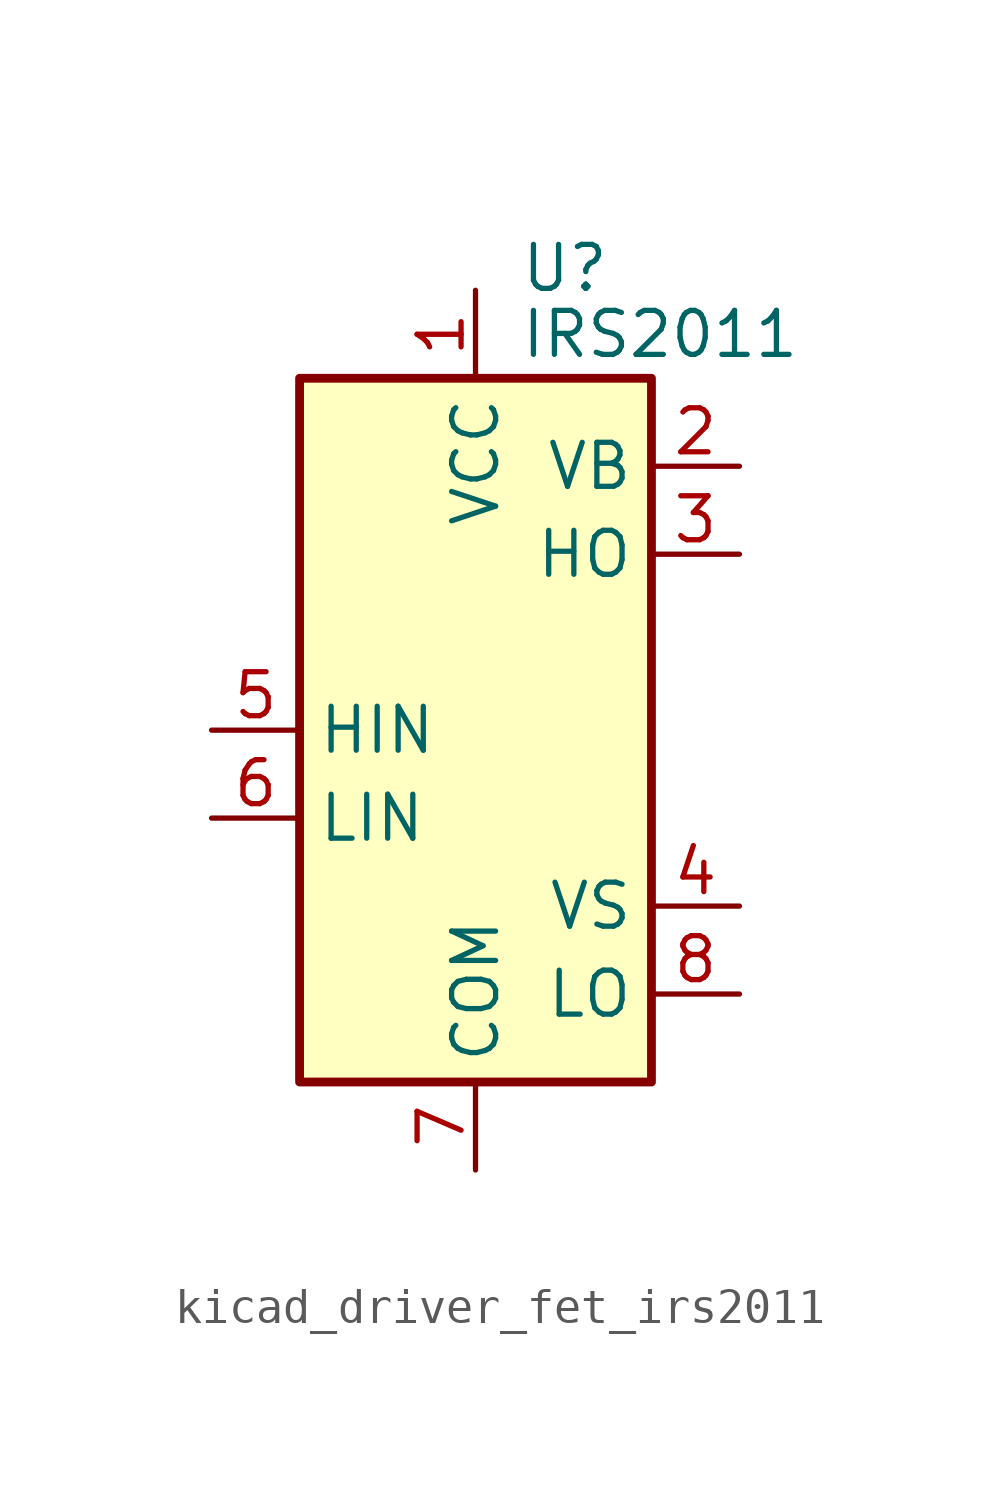
<source format=kicad_sym>
(kicad_symbol_lib
  (version 20220914)
  (generator kicad_symbol_editor)
  (symbol "kicad_driver_fet_irs2011"
    (property "Reference" "U"
      (at 1.27 13.335 0)
      (effects (font (size 1.27 1.27)) (justify left)))
    (property "Value" "IRS2011"
      (at 1.27 11.43 0)
      (effects (font (size 1.27 1.27)) (justify left)))
    (symbol "kicad_driver_fet_irs2011_0_1"
      (rectangle (start -5.08 -10.16) (end 5.08 10.16) (stroke (width 0.254) (type default)) (fill (type background))))
    (symbol "kicad_driver_fet_irs2011_1_1"
      (pin power_in line (at 0 12.7 270) (length 2.54) (name "VCC" (effects (font (size 1.27 1.27)))) (number "1" (effects (font (size 1.27 1.27)))))
      (pin passive line (at 7.62 7.62 180) (length 2.54) (name "VB" (effects (font (size 1.27 1.27)))) (number "2" (effects (font (size 1.27 1.27)))))
      (pin output line (at 7.62 5.08 180) (length 2.54) (name "HO" (effects (font (size 1.27 1.27)))) (number "3" (effects (font (size 1.27 1.27)))))
      (pin passive line (at 7.62 -5.08 180) (length 2.54) (name "VS" (effects (font (size 1.27 1.27)))) (number "4" (effects (font (size 1.27 1.27)))))
      (pin input line (at -7.62 0 0) (length 2.54) (name "HIN" (effects (font (size 1.27 1.27)))) (number "5" (effects (font (size 1.27 1.27)))))
      (pin input line (at -7.62 -2.54 0) (length 2.54) (name "LIN" (effects (font (size 1.27 1.27)))) (number "6" (effects (font (size 1.27 1.27)))))
      (pin power_in line (at 0 -12.7 90) (length 2.54) (name "COM" (effects (font (size 1.27 1.27)))) (number "7" (effects (font (size 1.27 1.27)))))
      (pin output line (at 7.62 -7.62 180) (length 2.54) (name "LO" (effects (font (size 1.27 1.27)))) (number "8" (effects (font (size 1.27 1.27))))))))
</source>
